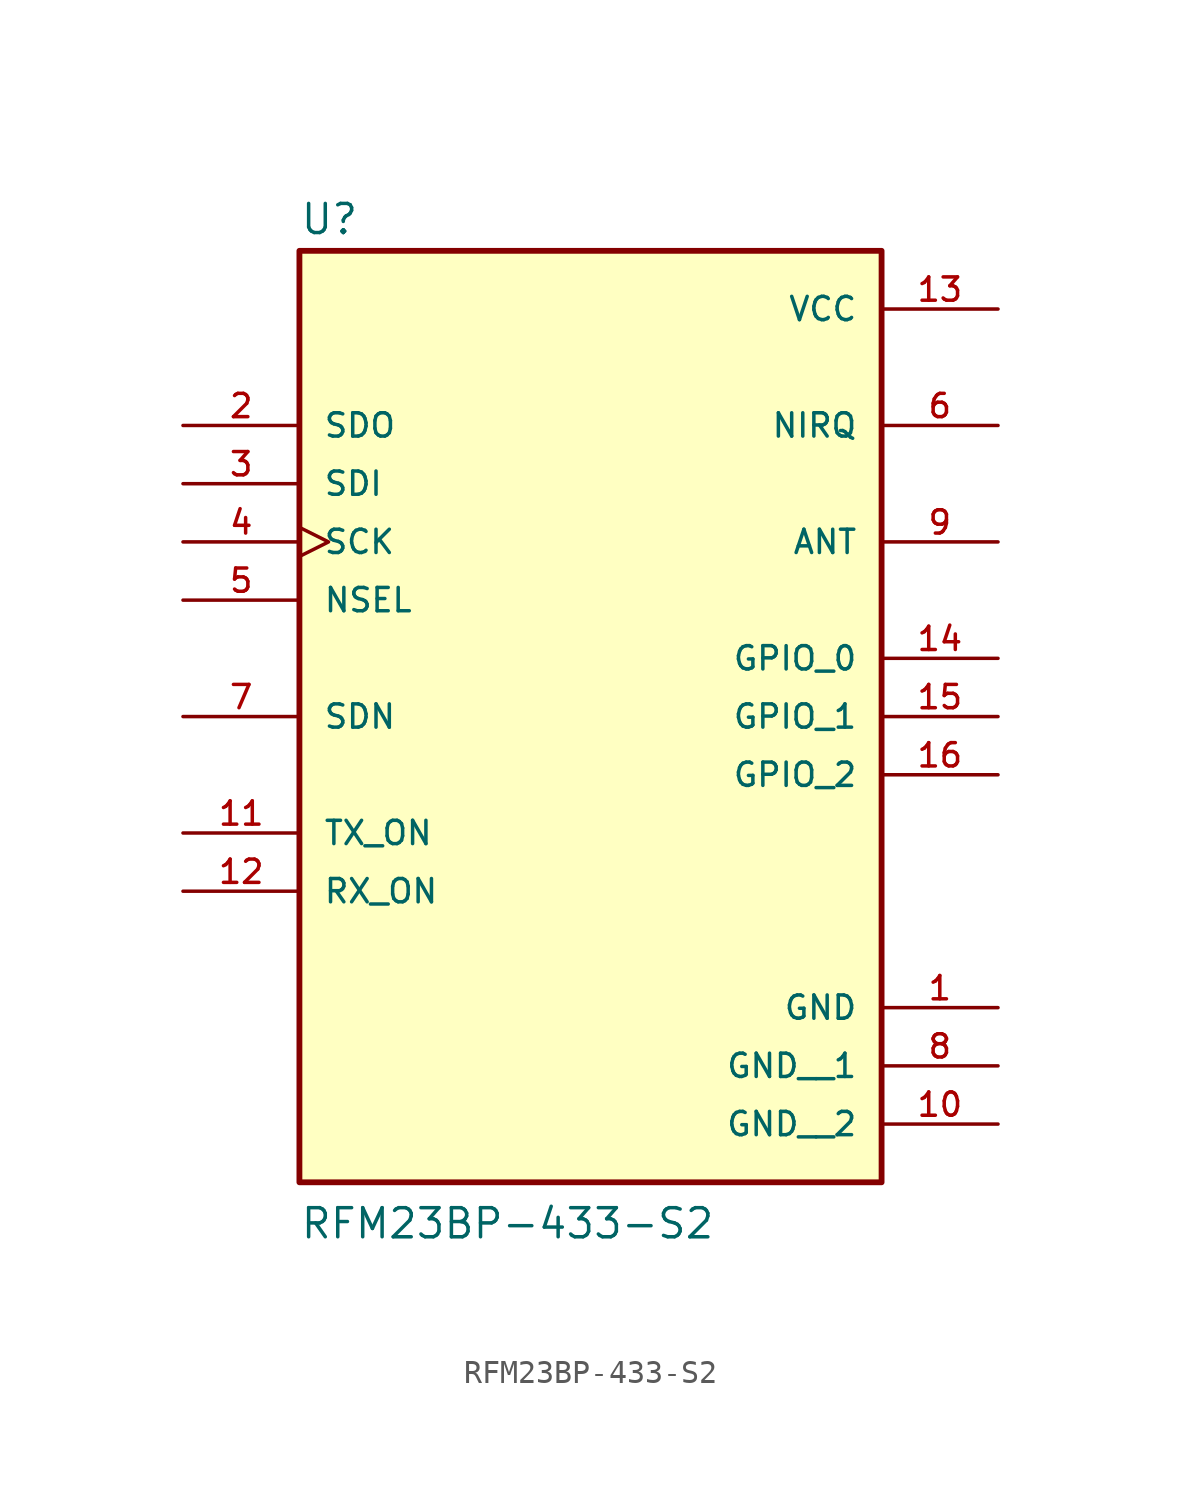
<source format=kicad_sym>
(kicad_symbol_lib
  (version 20211014)
  (generator kicad_symbol_editor)
  (symbol "RFM23BP-433-S2"
    (pin_names
      (offset 1.016))
    (property "Reference" "U"
      (at -12.7 18.415 0)
      (effects (font (size 1.27 1.27)) (justify bottom left)))
    (property "Value" "RFM23BP-433-S2"
      (at -12.7 -25.4 0)
      (effects (font (size 1.27 1.27)) (justify bottom left)))
    (symbol "RFM23BP-433-S2_0_0"
      (rectangle (start -12.7 -22.86) (end 12.7 17.78) (stroke (width 0.254)) (fill (type background)))
      (pin power_in line (at 17.78 -15.24 180.0) (length 5.08) (name "GND" (effects (font (size 1.016 1.016)))) (number "1" (effects (font (size 1.016 1.016)))))
      (pin output line (at -17.78 10.16 0) (length 5.08) (name "SDO" (effects (font (size 1.016 1.016)))) (number "2" (effects (font (size 1.016 1.016)))))
      (pin input line (at -17.78 7.62 0) (length 5.08) (name "SDI" (effects (font (size 1.016 1.016)))) (number "3" (effects (font (size 1.016 1.016)))))
      (pin input clock (at -17.78 5.08 0) (length 5.08) (name "SCK" (effects (font (size 1.016 1.016)))) (number "4" (effects (font (size 1.016 1.016)))))
      (pin input line (at -17.78 2.54 0) (length 5.08) (name "NSEL" (effects (font (size 1.016 1.016)))) (number "5" (effects (font (size 1.016 1.016)))))
      (pin output line (at 17.78 10.16 180.0) (length 5.08) (name "NIRQ" (effects (font (size 1.016 1.016)))) (number "6" (effects (font (size 1.016 1.016)))))
      (pin power_in line (at 17.78 15.24 180.0) (length 5.08) (name "VCC" (effects (font (size 1.016 1.016)))) (number "13" (effects (font (size 1.016 1.016)))))
      (pin bidirectional line (at 17.78 0.0 180.0) (length 5.08) (name "GPIO_0" (effects (font (size 1.016 1.016)))) (number "14" (effects (font (size 1.016 1.016)))))
      (pin bidirectional line (at 17.78 -2.54 180.0) (length 5.08) (name "GPIO_1" (effects (font (size 1.016 1.016)))) (number "15" (effects (font (size 1.016 1.016)))))
      (pin input line (at -17.78 -2.54 0) (length 5.08) (name "SDN" (effects (font (size 1.016 1.016)))) (number "7" (effects (font (size 1.016 1.016)))))
      (pin input line (at -17.78 -7.62 0) (length 5.08) (name "TX_ON" (effects (font (size 1.016 1.016)))) (number "11" (effects (font (size 1.016 1.016)))))
      (pin input line (at -17.78 -10.16 0) (length 5.08) (name "RX_ON" (effects (font (size 1.016 1.016)))) (number "12" (effects (font (size 1.016 1.016)))))
      (pin bidirectional line (at 17.78 5.08 180.0) (length 5.08) (name "ANT" (effects (font (size 1.016 1.016)))) (number "9" (effects (font (size 1.016 1.016)))))
      (pin bidirectional line (at 17.78 -5.08 180.0) (length 5.08) (name "GPIO_2" (effects (font (size 1.016 1.016)))) (number "16" (effects (font (size 1.016 1.016)))))
      (pin power_in line (at 17.78 -17.78 180.0) (length 5.08) (name "GND__1" (effects (font (size 1.016 1.016)))) (number "8" (effects (font (size 1.016 1.016)))))
      (pin power_in line (at 17.78 -20.32 180.0) (length 5.08) (name "GND__2" (effects (font (size 1.016 1.016)))) (number "10" (effects (font (size 1.016 1.016))))))))
</source>
